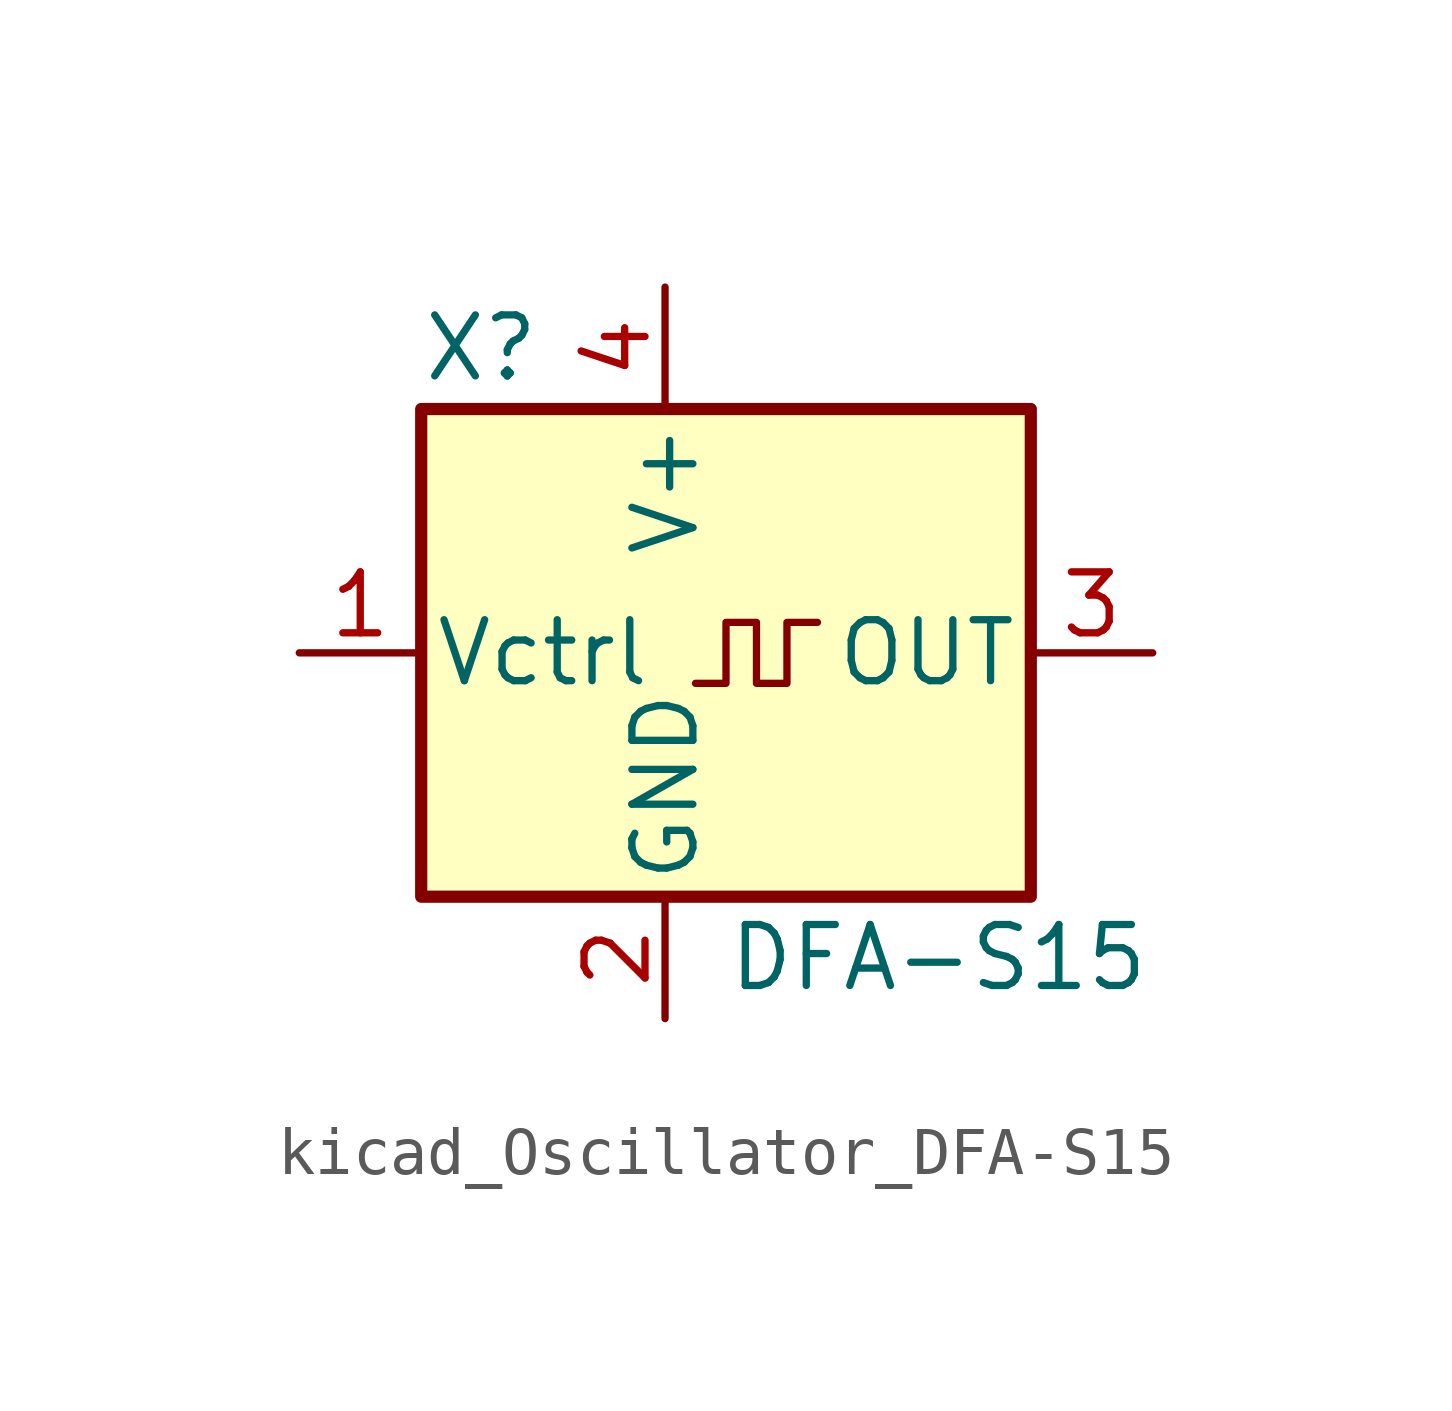
<source format=kicad_sym>
(kicad_symbol_lib
  (version 20220914)
  (generator kicad_symbol_editor)
  (symbol "kicad_Oscillator_DFA-S15"
    (pin_names
      (offset 0.254))
    (property "Reference" "X"
      (at -5.08 6.35 0)
      (effects (font (size 1.27 1.27)) (justify left)))
    (property "Value" "DFA-S15"
      (at 1.27 -6.35 0)
      (effects (font (size 1.27 1.27)) (justify left)))
    (symbol "kicad_Oscillator_DFA-S15_0_1"
      (rectangle (start -5.08 5.08) (end 7.62 -5.08) (stroke (width 0.254) (type default)) (fill (type background)))
      (polyline (pts (xy 0.635 -0.635) (xy 1.27 -0.635) (xy 1.27 0.635) (xy 1.905 0.635) (xy 1.905 -0.635) (xy 2.54 -0.635) (xy 2.54 0.635) (xy 3.175 0.635)) (stroke (width 0) (type default)) (fill (type none))))
    (symbol "kicad_Oscillator_DFA-S15_1_1"
      (pin input line (at -7.62 0 0) (length 2.54) (name "Vctrl" (effects (font (size 1.27 1.27)))) (number "1" (effects (font (size 1.27 1.27)))))
      (pin power_in line (at 0 -7.62 90) (length 2.54) (name "GND" (effects (font (size 1.27 1.27)))) (number "2" (effects (font (size 1.27 1.27)))))
      (pin output line (at 10.16 0 180) (length 2.54) (name "OUT" (effects (font (size 1.27 1.27)))) (number "3" (effects (font (size 1.27 1.27)))))
      (pin power_in line (at 0 7.62 270) (length 2.54) (name "V+" (effects (font (size 1.27 1.27)))) (number "4" (effects (font (size 1.27 1.27))))))))
</source>
